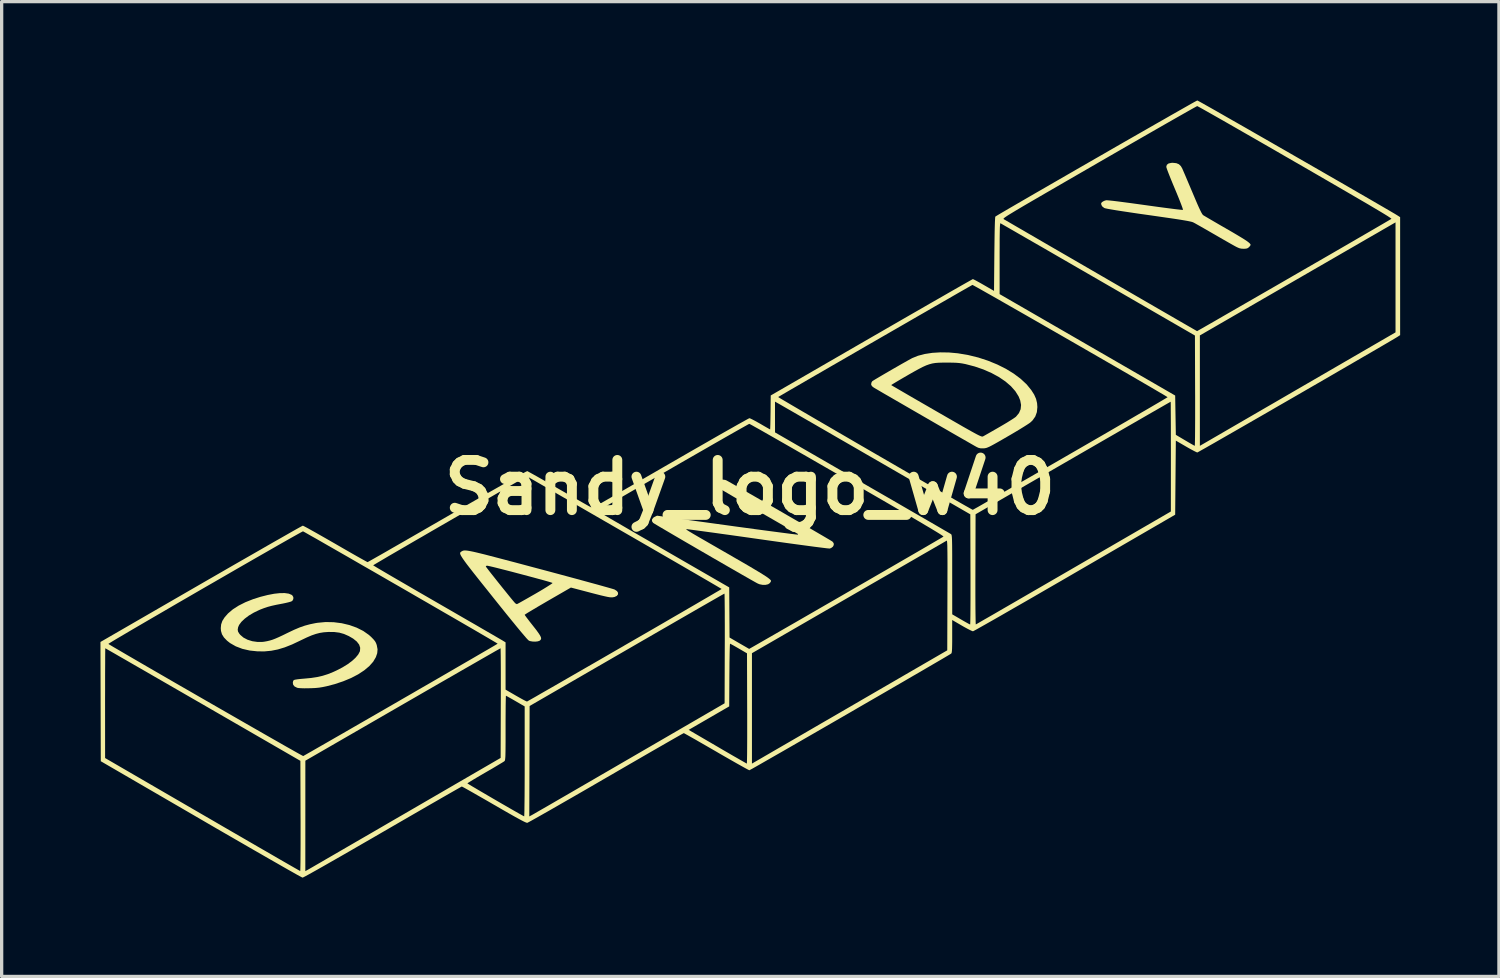
<source format=kicad_pcb>
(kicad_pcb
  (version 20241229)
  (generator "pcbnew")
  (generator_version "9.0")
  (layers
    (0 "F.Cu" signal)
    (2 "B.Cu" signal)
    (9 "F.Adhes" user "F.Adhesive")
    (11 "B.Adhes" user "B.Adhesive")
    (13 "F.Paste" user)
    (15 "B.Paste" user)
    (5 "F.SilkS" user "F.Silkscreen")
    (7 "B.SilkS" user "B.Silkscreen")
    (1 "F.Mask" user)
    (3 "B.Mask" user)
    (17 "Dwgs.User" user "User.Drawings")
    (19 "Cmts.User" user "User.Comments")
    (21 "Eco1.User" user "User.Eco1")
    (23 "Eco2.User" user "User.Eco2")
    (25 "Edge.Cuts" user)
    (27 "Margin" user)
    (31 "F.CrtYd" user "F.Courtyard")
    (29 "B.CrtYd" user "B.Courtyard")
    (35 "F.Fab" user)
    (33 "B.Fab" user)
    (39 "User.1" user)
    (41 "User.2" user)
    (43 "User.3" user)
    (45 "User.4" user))
  (footprint "Sandy_logo_w40"
    (layer "F.Cu")
    (at 19.72 11.749)
    (property "Reference" "Sandy_logo_w40" (at 0 0 0) (layer "F.SilkS") (effects (font (size 1.524 1.524) (thickness 0.3))))
    (attr board_only exclude_from_pos_files exclude_from_bom)
    (fp_poly (pts (xy 12.944 -9.845) (xy 13.023 -9.813) (xy 13.083 -9.755) (xy 13.124 -9.684) (xy 13.143 -9.64) (xy 13.176 -9.564) (xy 13.22 -9.462) (xy 13.272 -9.339) (xy 13.331 -9.2) (xy 13.395 -9.049) (xy 13.441 -8.94) (xy 13.519 -8.756) (xy 13.583 -8.606) (xy 13.636 -8.487) (xy 13.679 -8.397) (xy 13.712 -8.333) (xy 13.738 -8.291) (xy 13.757 -8.269) (xy 13.759 -8.267) (xy 13.788 -8.249) (xy 13.847 -8.214) (xy 13.932 -8.164) (xy 14.04 -8.101) (xy 14.165 -8.028) (xy 14.304 -7.947) (xy 14.453 -7.862) (xy 14.46 -7.857) (xy 14.646 -7.75) (xy 14.8 -7.659) (xy 14.924 -7.584) (xy 15.022 -7.523) (xy 15.095 -7.474) (xy 15.146 -7.435) (xy 15.179 -7.404) (xy 15.196 -7.38) (xy 15.2 -7.364) (xy 15.187 -7.337) (xy 15.155 -7.299) (xy 15.151 -7.295) (xy 15.114 -7.266) (xy 15.071 -7.251) (xy 15.006 -7.246) (xy 14.986 -7.246) (xy 14.916 -7.25) (xy 14.854 -7.264) (xy 14.785 -7.294) (xy 14.73 -7.323) (xy 14.676 -7.353) (xy 14.594 -7.399) (xy 14.489 -7.459) (xy 14.366 -7.529) (xy 14.233 -7.606) (xy 14.095 -7.686) (xy 14.07 -7.7) (xy 13.935 -7.778) (xy 13.806 -7.852) (xy 13.691 -7.918) (xy 13.593 -7.973) (xy 13.517 -8.016) (xy 13.47 -8.041) (xy 13.463 -8.045) (xy 13.439 -8.055) (xy 13.402 -8.066) (xy 13.349 -8.078) (xy 13.279 -8.092) (xy 13.188 -8.108) (xy 13.074 -8.127) (xy 12.933 -8.149) (xy 12.764 -8.174) (xy 12.562 -8.203) (xy 12.327 -8.237) (xy 12.103 -8.269) (xy 11.804 -8.311) (xy 11.542 -8.35) (xy 11.316 -8.384) (xy 11.128 -8.413) (xy 10.978 -8.438) (xy 10.866 -8.458) (xy 10.793 -8.473) (xy 10.76 -8.483) (xy 10.701 -8.526) (xy 10.671 -8.574) (xy 10.661 -8.619) (xy 10.678 -8.652) (xy 10.697 -8.668) (xy 10.75 -8.699) (xy 10.81 -8.718) (xy 10.845 -8.718) (xy 10.917 -8.712) (xy 11.024 -8.701) (xy 11.164 -8.684) (xy 11.334 -8.662) (xy 11.533 -8.636) (xy 11.758 -8.605) (xy 12.003 -8.571) (xy 12.211 -8.542) (xy 12.407 -8.515) (xy 12.587 -8.491) (xy 12.749 -8.47) (xy 12.888 -8.452) (xy 13.001 -8.439) (xy 13.084 -8.43) (xy 13.134 -8.426) (xy 13.147 -8.427) (xy 13.143 -8.448) (xy 13.126 -8.502) (xy 13.096 -8.584) (xy 13.055 -8.69) (xy 13.005 -8.815) (xy 12.948 -8.954) (xy 12.902 -9.064) (xy 12.839 -9.214) (xy 12.782 -9.353) (xy 12.732 -9.478) (xy 12.691 -9.583) (xy 12.661 -9.664) (xy 12.644 -9.717) (xy 12.64 -9.734) (xy 12.657 -9.795) (xy 12.708 -9.835) (xy 12.791 -9.854) (xy 12.837 -9.856)) (stroke (width 0) (type solid)) (fill yes) (layer "F.SilkS"))
    (fp_poly (pts (xy -14.003 3.225) (xy -13.917 3.261) (xy -13.895 3.278) (xy -13.864 3.329) (xy -13.864 3.388) (xy -13.892 3.44) (xy -13.908 3.453) (xy -13.946 3.469) (xy -14.013 3.488) (xy -14.102 3.509) (xy -14.203 3.53) (xy -14.215 3.532) (xy -14.383 3.564) (xy -14.522 3.595) (xy -14.642 3.627) (xy -14.753 3.664) (xy -14.865 3.707) (xy -14.902 3.723) (xy -15.066 3.802) (xy -15.214 3.89) (xy -15.34 3.985) (xy -15.441 4.081) (xy -15.511 4.176) (xy -15.541 4.247) (xy -15.553 4.318) (xy -15.543 4.376) (xy -15.507 4.437) (xy -15.473 4.478) (xy -15.378 4.559) (xy -15.254 4.624) (xy -15.11 4.669) (xy -14.955 4.691) (xy -14.797 4.69) (xy -14.75 4.684) (xy -14.664 4.669) (xy -14.584 4.65) (xy -14.503 4.626) (xy -14.414 4.592) (xy -14.31 4.547) (xy -14.184 4.488) (xy -14.033 4.414) (xy -13.842 4.323) (xy -13.672 4.251) (xy -13.514 4.196) (xy -13.357 4.154) (xy -13.192 4.12) (xy -13.13 4.11) (xy -12.886 4.087) (xy -12.639 4.092) (xy -12.395 4.123) (xy -12.16 4.179) (xy -11.94 4.258) (xy -11.741 4.358) (xy -11.57 4.478) (xy -11.501 4.54) (xy -11.432 4.611) (xy -11.385 4.668) (xy -11.355 4.721) (xy -11.333 4.781) (xy -11.33 4.792) (xy -11.307 4.916) (xy -11.317 5.033) (xy -11.358 5.153) (xy -11.44 5.292) (xy -11.559 5.426) (xy -11.712 5.554) (xy -11.896 5.675) (xy -12.109 5.786) (xy -12.347 5.885) (xy -12.607 5.972) (xy -12.852 6.036) (xy -12.972 6.061) (xy -13.082 6.079) (xy -13.197 6.09) (xy -13.331 6.096) (xy -13.39 6.097) (xy -13.525 6.099) (xy -13.634 6.096) (xy -13.712 6.09) (xy -13.75 6.082) (xy -13.827 6.043) (xy -13.868 5.993) (xy -13.88 5.932) (xy -13.868 5.871) (xy -13.842 5.846) (xy -13.809 5.837) (xy -13.744 5.826) (xy -13.657 5.816) (xy -13.556 5.807) (xy -13.532 5.805) (xy -13.322 5.785) (xy -13.14 5.757) (xy -12.974 5.719) (xy -12.813 5.668) (xy -12.645 5.6) (xy -12.544 5.553) (xy -12.372 5.464) (xy -12.216 5.368) (xy -12.081 5.268) (xy -11.972 5.167) (xy -11.892 5.07) (xy -11.845 4.98) (xy -11.841 4.967) (xy -11.834 4.868) (xy -11.866 4.772) (xy -11.938 4.679) (xy -12.048 4.59) (xy -12.181 4.513) (xy -12.326 4.449) (xy -12.468 4.409) (xy -12.62 4.39) (xy -12.794 4.388) (xy -12.81 4.389) (xy -12.938 4.398) (xy -13.059 4.417) (xy -13.18 4.448) (xy -13.308 4.492) (xy -13.453 4.554) (xy -13.621 4.634) (xy -13.66 4.653) (xy -13.903 4.768) (xy -14.125 4.856) (xy -14.333 4.919) (xy -14.535 4.959) (xy -14.738 4.978) (xy -14.949 4.977) (xy -14.95 4.977) (xy -15.189 4.952) (xy -15.411 4.901) (xy -15.611 4.825) (xy -15.784 4.726) (xy -15.878 4.652) (xy -15.972 4.554) (xy -16.031 4.458) (xy -16.061 4.355) (xy -16.067 4.272) (xy -16.056 4.16) (xy -16.02 4.054) (xy -15.954 3.949) (xy -15.856 3.836) (xy -15.841 3.821) (xy -15.701 3.702) (xy -15.525 3.589) (xy -15.319 3.485) (xy -15.087 3.393) (xy -14.864 3.322) (xy -14.643 3.266) (xy -14.445 3.228) (xy -14.27 3.209) (xy -14.122 3.208)) (stroke (width 0) (type solid)) (fill yes) (layer "F.SilkS"))
    (fp_poly (pts (xy -8.607 1.916) (xy -8.556 1.923) (xy -8.492 1.934) (xy -8.412 1.95) (xy -8.315 1.972) (xy -8.199 2) (xy -8.06 2.034) (xy -7.898 2.076) (xy -7.71 2.125) (xy -7.493 2.182) (xy -7.246 2.247) (xy -6.966 2.321) (xy -6.652 2.405) (xy -6.37 2.48) (xy -6.081 2.557) (xy -5.802 2.632) (xy -5.535 2.704) (xy -5.283 2.772) (xy -5.049 2.836) (xy -4.834 2.895) (xy -4.642 2.947) (xy -4.475 2.994) (xy -4.336 3.033) (xy -4.227 3.064) (xy -4.151 3.086) (xy -4.11 3.1) (xy -4.106 3.102) (xy -4.037 3.148) (xy -4.005 3.199) (xy -4.008 3.25) (xy -4.044 3.294) (xy -4.112 3.326) (xy -4.174 3.337) (xy -4.211 3.338) (xy -4.26 3.334) (xy -4.326 3.323) (xy -4.412 3.304) (xy -4.524 3.278) (xy -4.665 3.242) (xy -4.84 3.197) (xy -4.853 3.193) (xy -5.436 3.04) (xy -6.138 3.445) (xy -6.29 3.534) (xy -6.431 3.616) (xy -6.557 3.691) (xy -6.664 3.755) (xy -6.749 3.806) (xy -6.808 3.844) (xy -6.837 3.864) (xy -6.84 3.867) (xy -6.828 3.887) (xy -6.795 3.933) (xy -6.744 4) (xy -6.68 4.084) (xy -6.605 4.179) (xy -6.59 4.198) (xy -6.495 4.319) (xy -6.425 4.415) (xy -6.377 4.488) (xy -6.349 4.543) (xy -6.34 4.584) (xy -6.348 4.616) (xy -6.371 4.642) (xy -6.384 4.653) (xy -6.439 4.673) (xy -6.517 4.682) (xy -6.602 4.679) (xy -6.679 4.665) (xy -6.712 4.652) (xy -6.738 4.629) (xy -6.789 4.575) (xy -6.863 4.489) (xy -6.962 4.372) (xy -7.086 4.222) (xy -7.234 4.041) (xy -7.406 3.829) (xy -7.602 3.585) (xy -7.787 3.354) (xy -7.975 3.118) (xy -8.14 2.912) (xy -8.283 2.732) (xy -8.405 2.578) (xy -8.507 2.447) (xy -8.544 2.399) (xy -8.02 2.399) (xy -8.008 2.418) (xy -7.974 2.463) (xy -7.922 2.531) (xy -7.855 2.617) (xy -7.776 2.716) (xy -7.69 2.825) (xy -7.599 2.939) (xy -7.507 3.054) (xy -7.417 3.165) (xy -7.334 3.268) (xy -7.26 3.359) (xy -7.198 3.434) (xy -7.153 3.487) (xy -7.128 3.515) (xy -7.125 3.518) (xy -7.091 3.538) (xy -7.076 3.543) (xy -7.055 3.533) (xy -7.004 3.506) (xy -6.927 3.463) (xy -6.828 3.407) (xy -6.712 3.341) (xy -6.583 3.267) (xy -6.518 3.23) (xy -6.386 3.153) (xy -6.266 3.081) (xy -6.164 3.018) (xy -6.082 2.966) (xy -6.024 2.928) (xy -5.996 2.905) (xy -5.994 2.901) (xy -6.017 2.892) (xy -6.075 2.873) (xy -6.162 2.848) (xy -6.274 2.816) (xy -6.408 2.78) (xy -6.557 2.739) (xy -6.718 2.696) (xy -6.887 2.651) (xy -7.058 2.606) (xy -7.227 2.561) (xy -7.39 2.519) (xy -7.543 2.48) (xy -7.68 2.445) (xy -7.798 2.416) (xy -7.892 2.394) (xy -7.957 2.38) (xy -7.989 2.375) (xy -7.991 2.375) (xy -8.017 2.392) (xy -8.02 2.399) (xy -8.544 2.399) (xy -8.592 2.337) (xy -8.66 2.245) (xy -8.712 2.171) (xy -8.751 2.112) (xy -8.778 2.066) (xy -8.794 2.03) (xy -8.8 2.004) (xy -8.798 1.984) (xy -8.79 1.969) (xy -8.776 1.957) (xy -8.76 1.946) (xy -8.742 1.935) (xy -8.724 1.926) (xy -8.704 1.919) (xy -8.679 1.915) (xy -8.648 1.914)) (stroke (width 0) (type solid)) (fill yes) (layer "F.SilkS"))
    (fp_poly (pts (xy -0.76 -0.229) (xy -0.726 -0.219) (xy -0.701 -0.206) (xy -0.645 -0.175) (xy -0.56 -0.127) (xy -0.449 -0.064) (xy -0.316 0.012) (xy -0.163 0.099) (xy 0.006 0.196) (xy 0.189 0.301) (xy 0.382 0.412) (xy 0.583 0.527) (xy 0.788 0.645) (xy 0.995 0.764) (xy 1.2 0.883) (xy 1.401 0.999) (xy 1.593 1.11) (xy 1.776 1.216) (xy 1.945 1.314) (xy 2.097 1.403) (xy 2.229 1.48) (xy 2.339 1.545) (xy 2.423 1.594) (xy 2.478 1.628) (xy 2.502 1.642) (xy 2.541 1.691) (xy 2.545 1.746) (xy 2.519 1.798) (xy 2.465 1.84) (xy 2.422 1.855) (xy 2.396 1.854) (xy 2.333 1.848) (xy 2.236 1.836) (xy 2.107 1.82) (xy 1.949 1.8) (xy 1.764 1.775) (xy 1.556 1.747) (xy 1.326 1.716) (xy 1.078 1.682) (xy 0.814 1.645) (xy 0.536 1.606) (xy 0.247 1.565) (xy 0.226 1.562) (xy -0.063 1.521) (xy -0.34 1.482) (xy -0.603 1.445) (xy -0.85 1.411) (xy -1.078 1.379) (xy -1.285 1.351) (xy -1.468 1.326) (xy -1.624 1.305) (xy -1.751 1.288) (xy -1.846 1.276) (xy -1.907 1.268) (xy -1.932 1.266) (xy -1.932 1.266) (xy -1.934 1.27) (xy -1.933 1.275) (xy -1.925 1.282) (xy -1.91 1.294) (xy -1.884 1.312) (xy -1.845 1.336) (xy -1.791 1.368) (xy -1.72 1.411) (xy -1.629 1.464) (xy -1.516 1.53) (xy -1.378 1.609) (xy -1.214 1.704) (xy -1.021 1.815) (xy -0.797 1.944) (xy -0.68 2.011) (xy -0.428 2.157) (xy -0.209 2.283) (xy -0.02 2.393) (xy 0.139 2.488) (xy 0.273 2.568) (xy 0.382 2.635) (xy 0.468 2.69) (xy 0.535 2.735) (xy 0.583 2.772) (xy 0.615 2.8) (xy 0.633 2.822) (xy 0.64 2.838) (xy 0.64 2.84) (xy 0.629 2.867) (xy 0.603 2.904) (xy 0.551 2.94) (xy 0.474 2.958) (xy 0.383 2.958) (xy 0.291 2.94) (xy 0.237 2.918) (xy 0.199 2.898) (xy 0.131 2.86) (xy 0.035 2.806) (xy -0.084 2.738) (xy -0.225 2.658) (xy -0.384 2.566) (xy -0.558 2.466) (xy -0.744 2.359) (xy -0.939 2.246) (xy -1.141 2.13) (xy -1.345 2.011) (xy -1.55 1.893) (xy -1.751 1.775) (xy -1.947 1.662) (xy -2.133 1.553) (xy -2.308 1.451) (xy -2.468 1.357) (xy -2.609 1.274) (xy -2.73 1.203) (xy -2.826 1.146) (xy -2.896 1.104) (xy -2.935 1.079) (xy -2.942 1.074) (xy -2.976 1.022) (xy -2.972 0.968) (xy -2.934 0.918) (xy -2.895 0.894) (xy -2.821 0.858) (xy -0.689 1.151) (xy -0.401 1.191) (xy -0.125 1.228) (xy 0.137 1.264) (xy 0.383 1.297) (xy 0.61 1.327) (xy 0.816 1.354) (xy 0.998 1.378) (xy 1.153 1.398) (xy 1.278 1.414) (xy 1.372 1.425) (xy 1.432 1.432) (xy 1.455 1.433) (xy 1.455 1.433) (xy 1.459 1.415) (xy 1.458 1.414) (xy 1.44 1.403) (xy 1.39 1.374) (xy 1.311 1.328) (xy 1.205 1.266) (xy 1.076 1.192) (xy 0.927 1.106) (xy 0.759 1.009) (xy 0.577 0.904) (xy 0.382 0.792) (xy 0.24 0.71) (xy 0.037 0.593) (xy -0.156 0.481) (xy -0.338 0.376) (xy -0.504 0.279) (xy -0.651 0.192) (xy -0.778 0.118) (xy -0.881 0.056) (xy -0.957 0.011) (xy -1.002 -0.018) (xy -1.015 -0.027) (xy -1.05 -0.077) (xy -1.06 -0.121) (xy -1.042 -0.17) (xy -0.994 -0.208) (xy -0.925 -0.232) (xy -0.844 -0.24)) (stroke (width 0) (type solid)) (fill yes) (layer "F.SilkS"))
    (fp_poly (pts (xy 6.041 -4.097) (xy 6.306 -4.073) (xy 6.314 -4.072) (xy 6.627 -4.019) (xy 6.933 -3.944) (xy 7.228 -3.847) (xy 7.509 -3.732) (xy 7.771 -3.601) (xy 8.009 -3.455) (xy 8.22 -3.297) (xy 8.4 -3.129) (xy 8.541 -2.956) (xy 8.629 -2.818) (xy 8.686 -2.689) (xy 8.717 -2.56) (xy 8.726 -2.44) (xy 8.711 -2.286) (xy 8.662 -2.151) (xy 8.578 -2.033) (xy 8.52 -1.978) (xy 8.48 -1.948) (xy 8.41 -1.902) (xy 8.314 -1.841) (xy 8.199 -1.77) (xy 8.068 -1.691) (xy 7.926 -1.607) (xy 7.817 -1.544) (xy 7.655 -1.45) (xy 7.524 -1.375) (xy 7.419 -1.316) (xy 7.336 -1.271) (xy 7.272 -1.238) (xy 7.222 -1.216) (xy 7.182 -1.201) (xy 7.148 -1.193) (xy 7.116 -1.188) (xy 7.09 -1.187) (xy 7.004 -1.187) (xy 6.938 -1.202) (xy 6.89 -1.224) (xy 6.855 -1.243) (xy 6.788 -1.281) (xy 6.694 -1.335) (xy 6.576 -1.403) (xy 6.436 -1.483) (xy 6.277 -1.574) (xy 6.103 -1.674) (xy 5.917 -1.782) (xy 5.722 -1.894) (xy 5.52 -2.011) (xy 5.316 -2.129) (xy 5.112 -2.247) (xy 4.911 -2.363) (xy 4.716 -2.476) (xy 4.531 -2.583) (xy 4.358 -2.683) (xy 4.201 -2.774) (xy 4.062 -2.854) (xy 3.946 -2.922) (xy 3.854 -2.976) (xy 3.79 -3.013) (xy 3.757 -3.033) (xy 3.755 -3.034) (xy 3.704 -3.075) (xy 3.687 -3.107) (xy 4.289 -3.107) (xy 4.307 -3.096) (xy 4.357 -3.066) (xy 4.437 -3.02) (xy 4.543 -2.958) (xy 4.674 -2.882) (xy 4.825 -2.794) (xy 4.996 -2.695) (xy 5.183 -2.587) (xy 5.384 -2.471) (xy 5.595 -2.349) (xy 5.661 -2.311) (xy 5.911 -2.167) (xy 6.128 -2.042) (xy 6.316 -1.934) (xy 6.475 -1.842) (xy 6.61 -1.766) (xy 6.722 -1.703) (xy 6.813 -1.653) (xy 6.885 -1.614) (xy 6.942 -1.585) (xy 6.986 -1.565) (xy 7.018 -1.552) (xy 7.041 -1.546) (xy 7.057 -1.544) (xy 7.07 -1.547) (xy 7.078 -1.55) (xy 7.11 -1.568) (xy 7.17 -1.602) (xy 7.255 -1.65) (xy 7.358 -1.709) (xy 7.474 -1.776) (xy 7.57 -1.831) (xy 7.695 -1.904) (xy 7.811 -1.973) (xy 7.913 -2.037) (xy 7.996 -2.09) (xy 8.054 -2.13) (xy 8.077 -2.148) (xy 8.167 -2.257) (xy 8.218 -2.375) (xy 8.231 -2.504) (xy 8.205 -2.643) (xy 8.156 -2.764) (xy 8.057 -2.922) (xy 7.923 -3.074) (xy 7.755 -3.218) (xy 7.558 -3.352) (xy 7.335 -3.473) (xy 7.089 -3.581) (xy 6.824 -3.672) (xy 6.543 -3.745) (xy 6.533 -3.747) (xy 6.446 -3.764) (xy 6.362 -3.776) (xy 6.272 -3.784) (xy 6.166 -3.788) (xy 6.035 -3.79) (xy 5.97 -3.79) (xy 5.837 -3.789) (xy 5.724 -3.786) (xy 5.625 -3.778) (xy 5.534 -3.763) (xy 5.445 -3.739) (xy 5.352 -3.706) (xy 5.25 -3.66) (xy 5.132 -3.599) (xy 4.993 -3.523) (xy 4.827 -3.429) (xy 4.781 -3.402) (xy 4.653 -3.328) (xy 4.539 -3.261) (xy 4.441 -3.203) (xy 4.363 -3.156) (xy 4.312 -3.124) (xy 4.289 -3.108) (xy 4.289 -3.107) (xy 3.687 -3.107) (xy 3.682 -3.115) (xy 3.68 -3.14) (xy 3.692 -3.192) (xy 3.715 -3.226) (xy 3.741 -3.243) (xy 3.796 -3.277) (xy 3.877 -3.325) (xy 3.977 -3.384) (xy 4.091 -3.451) (xy 4.215 -3.523) (xy 4.344 -3.598) (xy 4.472 -3.671) (xy 4.595 -3.742) (xy 4.707 -3.805) (xy 4.803 -3.859) (xy 4.879 -3.901) (xy 4.929 -3.928) (xy 4.93 -3.928) (xy 5.103 -3.998) (xy 5.307 -4.051) (xy 5.535 -4.086) (xy 5.782 -4.101)) (stroke (width 0) (type solid)) (fill yes) (layer "F.SilkS"))
    (fp_poly (pts (xy 13.602 -11.739) (xy 13.654 -11.711) (xy 13.737 -11.665) (xy 13.848 -11.602) (xy 13.985 -11.525) (xy 14.146 -11.434) (xy 14.328 -11.33) (xy 14.53 -11.214) (xy 14.75 -11.089) (xy 14.985 -10.955) (xy 15.233 -10.813) (xy 15.492 -10.664) (xy 15.76 -10.511) (xy 16.034 -10.353) (xy 16.314 -10.193) (xy 16.595 -10.031) (xy 16.877 -9.869) (xy 17.157 -9.708) (xy 17.433 -9.549) (xy 17.702 -9.394) (xy 17.964 -9.244) (xy 18.214 -9.099) (xy 18.452 -8.961) (xy 18.676 -8.832) (xy 18.882 -8.713) (xy 19.069 -8.604) (xy 19.235 -8.508) (xy 19.378 -8.424) (xy 19.495 -8.356) (xy 19.585 -8.303) (xy 19.644 -8.267) (xy 19.665 -8.254) (xy 19.74 -8.206) (xy 19.74 -4.624) (xy 19.665 -4.575) (xy 19.629 -4.553) (xy 19.561 -4.512) (xy 19.464 -4.455) (xy 19.34 -4.382) (xy 19.191 -4.295) (xy 19.02 -4.195) (xy 18.827 -4.083) (xy 18.616 -3.961) (xy 18.389 -3.829) (xy 18.148 -3.689) (xy 17.894 -3.542) (xy 17.631 -3.389) (xy 17.36 -3.232) (xy 17.083 -3.072) (xy 16.803 -2.91) (xy 16.521 -2.747) (xy 16.24 -2.585) (xy 15.962 -2.425) (xy 15.69 -2.267) (xy 15.424 -2.114) (xy 15.168 -1.967) (xy 14.923 -1.826) (xy 14.692 -1.693) (xy 14.477 -1.57) (xy 14.28 -1.457) (xy 14.103 -1.355) (xy 13.948 -1.267) (xy 13.817 -1.192) (xy 13.713 -1.134) (xy 13.638 -1.091) (xy 13.593 -1.067) (xy 13.581 -1.061) (xy 13.555 -1.071) (xy 13.5 -1.098) (xy 13.422 -1.139) (xy 13.329 -1.19) (xy 13.24 -1.241) (xy 12.93 -1.421) (xy 12.92 -0.296) (xy 12.91 0.828) (xy 9.86 2.597) (xy 9.537 2.785) (xy 9.224 2.966) (xy 8.921 3.141) (xy 8.631 3.309) (xy 8.355 3.468) (xy 8.095 3.617) (xy 7.853 3.756) (xy 7.631 3.884) (xy 7.43 3.999) (xy 7.252 4.1) (xy 7.1 4.186) (xy 6.974 4.257) (xy 6.877 4.312) (xy 6.81 4.348) (xy 6.775 4.366) (xy 6.77 4.368) (xy 6.74 4.358) (xy 6.682 4.331) (xy 6.604 4.291) (xy 6.51 4.24) (xy 6.435 4.197) (xy 6.14 4.025) (xy 6.14 4.522) (xy 6.14 4.68) (xy 6.138 4.803) (xy 6.136 4.894) (xy 6.132 4.96) (xy 6.127 5.003) (xy 6.12 5.03) (xy 6.111 5.043) (xy 6.11 5.044) (xy 6.087 5.059) (xy 6.032 5.092) (xy 5.946 5.143) (xy 5.833 5.21) (xy 5.694 5.291) (xy 5.531 5.386) (xy 5.346 5.494) (xy 5.143 5.613) (xy 4.921 5.741) (xy 4.685 5.879) (xy 4.436 6.023) (xy 4.176 6.174) (xy 3.907 6.33) (xy 3.631 6.489) (xy 3.351 6.651) (xy 3.069 6.815) (xy 2.787 6.978) (xy 2.506 7.14) (xy 2.23 7.299) (xy 1.96 7.455) (xy 1.698 7.606) (xy 1.447 7.751) (xy 1.209 7.888) (xy 0.985 8.017) (xy 0.778 8.135) (xy 0.59 8.243) (xy 0.424 8.338) (xy 0.281 8.42) (xy 0.163 8.487) (xy 0.073 8.538) (xy 0.012 8.571) (xy -0.016 8.586) (xy -0.018 8.587) (xy -0.041 8.577) (xy -0.095 8.549) (xy -0.177 8.504) (xy -0.284 8.444) (xy -0.39 8.385) (xy 0.06 8.385) (xy 0.395 8.191) (xy 0.451 8.158) (xy 0.54 8.107) (xy 0.658 8.038) (xy 0.805 7.953) (xy 0.977 7.853) (xy 1.173 7.74) (xy 1.39 7.614) (xy 1.627 7.477) (xy 1.88 7.33) (xy 2.148 7.174) (xy 2.429 7.012) (xy 2.72 6.843) (xy 3.018 6.67) (xy 3.323 6.493) (xy 3.36 6.471) (xy 5.99 4.946) (xy 5.995 3.273) (xy 5.996 2.969) (xy 5.996 2.704) (xy 5.997 2.474) (xy 5.997 2.277) (xy 5.996 2.111) (xy 5.995 1.973) (xy 5.993 1.862) (xy 5.992 1.775) (xy 5.989 1.709) (xy 5.986 1.662) (xy 5.982 1.633) (xy 5.978 1.618) (xy 5.973 1.615) (xy 5.973 1.615) (xy 5.953 1.627) (xy 5.9 1.657) (xy 5.817 1.706) (xy 5.704 1.771) (xy 5.563 1.853) (xy 5.397 1.949) (xy 5.207 2.058) (xy 4.995 2.181) (xy 4.763 2.315) (xy 4.512 2.46) (xy 4.245 2.615) (xy 3.962 2.778) (xy 3.667 2.948) (xy 3.361 3.125) (xy 3.045 3.308) (xy 3.003 3.332) (xy 0.06 5.033) (xy 0.06 8.385) (xy -0.39 8.385) (xy -0.413 8.372) (xy -0.56 8.288) (xy -0.723 8.195) (xy -0.897 8.095) (xy -1.02 8.023) (xy -1.2 7.919) (xy -1.37 7.821) (xy -1.527 7.731) (xy -1.667 7.65) (xy -1.788 7.582) (xy -1.885 7.527) (xy -1.957 7.487) (xy -1.999 7.464) (xy -2.01 7.46) (xy -2.029 7.47) (xy -2.081 7.498) (xy -2.164 7.545) (xy -2.275 7.608) (xy -2.413 7.687) (xy -2.575 7.78) (xy -2.759 7.886) (xy -2.965 8.004) (xy -3.188 8.133) (xy -3.428 8.272) (xy -3.683 8.419) (xy -3.95 8.574) (xy -4.227 8.735) (xy -4.37 8.817) (xy -4.652 8.981) (xy -4.926 9.14) (xy -5.188 9.291) (xy -5.438 9.435) (xy -5.672 9.569) (xy -5.889 9.694) (xy -6.086 9.807) (xy -6.263 9.907) (xy -6.416 9.994) (xy -6.544 10.066) (xy -6.644 10.122) (xy -6.715 10.16) (xy -6.754 10.181) (xy -6.761 10.183) (xy -6.782 10.18) (xy -6.819 10.166) (xy -6.876 10.139) (xy -6.955 10.098) (xy -7.056 10.043) (xy -7.154 9.989) (xy -6.7 9.989) (xy -6.625 9.949) (xy -6.6 9.935) (xy -6.542 9.902) (xy -6.453 9.85) (xy -6.335 9.782) (xy -6.19 9.699) (xy -6.019 9.6) (xy -5.826 9.488) (xy -5.61 9.363) (xy -5.375 9.227) (xy -5.122 9.08) (xy -4.852 8.924) (xy -4.569 8.759) (xy -4.273 8.588) (xy -3.967 8.41) (xy -3.66 8.232) (xy -2.16 7.361) (xy -1.861 7.361) (xy -0.985 7.872) (xy -0.815 7.972) (xy -0.654 8.065) (xy -0.508 8.15) (xy -0.378 8.224) (xy -0.269 8.287) (xy -0.183 8.336) (xy -0.125 8.369) (xy -0.097 8.384) (xy -0.095 8.385) (xy -0.093 8.365) (xy -0.091 8.309) (xy -0.089 8.219) (xy -0.087 8.097) (xy -0.086 7.947) (xy -0.085 7.771) (xy -0.084 7.573) (xy -0.084 7.356) (xy -0.084 7.121) (xy -0.084 6.874) (xy -0.085 6.712) (xy -0.09 5.037) (xy -0.34 4.891) (xy -0.43 4.839) (xy -0.507 4.795) (xy -0.566 4.763) (xy -0.6 4.746) (xy -0.605 4.744) (xy -0.608 4.764) (xy -0.611 4.819) (xy -0.614 4.907) (xy -0.617 5.023) (xy -0.619 5.163) (xy -0.622 5.324) (xy -0.623 5.502) (xy -0.625 5.693) (xy -0.625 5.696) (xy -0.63 6.648) (xy -1.861 7.361) (xy -2.16 7.361) (xy -0.77 6.554) (xy -0.765 4.888) (xy -0.764 4.634) (xy -0.764 4.392) (xy -0.764 4.164) (xy -0.765 3.954) (xy -0.765 3.765) (xy -0.767 3.599) (xy -0.768 3.46) (xy -0.77 3.35) (xy -0.771 3.273) (xy -0.774 3.231) (xy -0.775 3.224) (xy -0.794 3.234) (xy -0.845 3.262) (xy -0.928 3.309) (xy -1.039 3.373) (xy -1.179 3.453) (xy -1.344 3.548) (xy -1.533 3.656) (xy -1.744 3.778) (xy -1.975 3.911) (xy -2.225 4.055) (xy -2.491 4.209) (xy -2.773 4.371) (xy -3.068 4.542) (xy -3.374 4.718) (xy -3.689 4.901) (xy -3.74 4.93) (xy -6.69 6.636) (xy -6.695 8.312) (xy -6.7 9.989) (xy -7.154 9.989) (xy -7.184 9.972) (xy -7.339 9.884) (xy -7.524 9.778) (xy -7.741 9.652) (xy -7.77 9.636) (xy -7.949 9.532) (xy -8.118 9.435) (xy -8.274 9.346) (xy -8.413 9.266) (xy -8.532 9.199) (xy -8.628 9.145) (xy -8.699 9.106) (xy -8.74 9.085) (xy -8.749 9.081) (xy -8.768 9.091) (xy -8.82 9.12) (xy -8.903 9.167) (xy -9.014 9.23) (xy -9.152 9.309) (xy -9.315 9.402) (xy -9.5 9.509) (xy -9.706 9.627) (xy -9.93 9.757) (xy -10.171 9.896) (xy -10.427 10.044) (xy -10.695 10.199) (xy -10.974 10.361) (xy -11.154 10.465) (xy -11.469 10.648) (xy -11.768 10.82) (xy -12.049 10.983) (xy -12.313 11.135) (xy -12.556 11.274) (xy -12.777 11.4) (xy -12.975 11.513) (xy -13.148 11.611) (xy -13.295 11.693) (xy -13.413 11.759) (xy -13.502 11.807) (xy -13.56 11.837) (xy -13.584 11.847) (xy -13.584 11.847) (xy -13.606 11.837) (xy -13.661 11.808) (xy -13.747 11.761) (xy -13.862 11.696) (xy -13.943 11.65) (xy -13.5 11.65) (xy -13.445 11.62) (xy -13.422 11.607) (xy -13.366 11.575) (xy -13.279 11.525) (xy -13.164 11.458) (xy -13.02 11.375) (xy -12.852 11.277) (xy -12.66 11.166) (xy -12.446 11.042) (xy -12.212 10.906) (xy -11.96 10.76) (xy -11.692 10.605) (xy -11.409 10.441) (xy -11.113 10.269) (xy -10.807 10.091) (xy -10.492 9.909) (xy -10.48 9.902) (xy -8.901 8.985) (xy -8.579 8.985) (xy -8.562 8.997) (xy -8.515 9.026) (xy -8.441 9.071) (xy -8.344 9.128) (xy -8.228 9.197) (xy -8.098 9.273) (xy -7.958 9.355) (xy -7.811 9.441) (xy -7.661 9.528) (xy -7.513 9.614) (xy -7.37 9.696) (xy -7.237 9.773) (xy -7.118 9.841) (xy -7.016 9.899) (xy -6.935 9.944) (xy -6.881 9.974) (xy -6.856 9.987) (xy -6.855 9.987) (xy -6.853 9.967) (xy -6.851 9.911) (xy -6.848 9.82) (xy -6.847 9.698) (xy -6.845 9.548) (xy -6.843 9.373) (xy -6.842 9.175) (xy -6.841 8.957) (xy -6.84 8.723) (xy -6.84 8.476) (xy -6.84 8.319) (xy -6.84 6.649) (xy -7.119 6.487) (xy -7.214 6.432) (xy -7.296 6.386) (xy -7.36 6.35) (xy -7.399 6.329) (xy -7.409 6.325) (xy -7.411 6.344) (xy -7.413 6.4) (xy -7.415 6.488) (xy -7.417 6.604) (xy -7.418 6.745) (xy -7.419 6.908) (xy -7.42 7.087) (xy -7.42 7.279) (xy -7.42 7.303) (xy -7.42 7.527) (xy -7.42 7.714) (xy -7.421 7.868) (xy -7.422 7.992) (xy -7.424 8.09) (xy -7.426 8.164) (xy -7.43 8.219) (xy -7.434 8.258) (xy -7.439 8.284) (xy -7.446 8.3) (xy -7.454 8.31) (xy -7.455 8.311) (xy -7.481 8.329) (xy -7.536 8.363) (xy -7.618 8.412) (xy -7.72 8.473) (xy -7.839 8.544) (xy -7.971 8.62) (xy -8.035 8.657) (xy -8.169 8.735) (xy -8.29 8.806) (xy -8.396 8.869) (xy -8.481 8.921) (xy -8.542 8.959) (xy -8.575 8.981) (xy -8.579 8.985) (xy -8.901 8.985) (xy -7.57 8.213) (xy -7.565 6.548) (xy -7.564 6.294) (xy -7.564 6.052) (xy -7.564 5.824) (xy -7.564 5.614) (xy -7.565 5.425) (xy -7.566 5.259) (xy -7.567 5.12) (xy -7.569 5.01) (xy -7.57 4.933) (xy -7.572 4.891) (xy -7.573 4.884) (xy -7.592 4.894) (xy -7.643 4.923) (xy -7.726 4.969) (xy -7.837 5.033) (xy -7.977 5.113) (xy -8.141 5.207) (xy -8.33 5.316) (xy -8.541 5.437) (xy -8.773 5.57) (xy -9.022 5.714) (xy -9.289 5.867) (xy -9.571 6.029) (xy -9.866 6.199) (xy -10.172 6.376) (xy -10.488 6.558) (xy -10.543 6.59) (xy -13.499 8.297) (xy -13.5 11.65) (xy -13.943 11.65) (xy -14.004 11.616) (xy -14.172 11.52) (xy -14.364 11.41) (xy -14.578 11.288) (xy -14.812 11.153) (xy -15.065 11.008) (xy -15.335 10.852) (xy -15.619 10.688) (xy -15.917 10.516) (xy -16.227 10.337) (xy -16.545 10.152) (xy -16.67 10.079) (xy -19.71 8.313) (xy -19.715 6.503) (xy -19.715 6.396) (xy -19.58 6.396) (xy -19.58 6.55) (xy -19.579 8.216) (xy -16.625 9.931) (xy -16.307 10.115) (xy -16 10.294) (xy -15.703 10.466) (xy -15.419 10.63) (xy -15.15 10.786) (xy -14.897 10.933) (xy -14.662 11.068) (xy -14.448 11.192) (xy -14.255 11.304) (xy -14.086 11.401) (xy -13.942 11.484) (xy -13.825 11.551) (xy -13.737 11.601) (xy -13.68 11.634) (xy -13.656 11.647) (xy -13.655 11.648) (xy -13.653 11.628) (xy -13.651 11.572) (xy -13.649 11.481) (xy -13.647 11.36) (xy -13.646 11.209) (xy -13.645 11.034) (xy -13.644 10.836) (xy -13.644 10.618) (xy -13.644 10.384) (xy -13.644 10.136) (xy -13.645 9.975) (xy -13.65 8.301) (xy -16.607 6.592) (xy -16.925 6.409) (xy -17.233 6.231) (xy -17.53 6.06) (xy -17.814 5.896) (xy -18.083 5.741) (xy -18.335 5.595) (xy -18.57 5.46) (xy -18.784 5.337) (xy -18.976 5.226) (xy -19.145 5.129) (xy -19.288 5.046) (xy -19.404 4.98) (xy -19.492 4.93) (xy -19.548 4.897) (xy -19.572 4.884) (xy -19.572 4.884) (xy -19.574 4.903) (xy -19.575 4.96) (xy -19.576 5.051) (xy -19.577 5.173) (xy -19.577 5.323) (xy -19.578 5.499) (xy -19.579 5.697) (xy -19.579 5.914) (xy -19.579 6.148) (xy -19.58 6.396) (xy -19.715 6.396) (xy -19.72 4.751) (xy -19.48 4.751) (xy -19.459 4.765) (xy -19.406 4.797) (xy -19.323 4.847) (xy -19.211 4.912) (xy -19.074 4.992) (xy -18.914 5.086) (xy -18.731 5.192) (xy -18.53 5.309) (xy -18.311 5.436) (xy -18.078 5.571) (xy -17.832 5.713) (xy -17.575 5.862) (xy -17.31 6.015) (xy -17.038 6.171) (xy -16.763 6.33) (xy -16.485 6.49) (xy -16.208 6.649) (xy -15.933 6.807) (xy -15.663 6.962) (xy -15.4 7.113) (xy -15.146 7.259) (xy -14.903 7.398) (xy -14.673 7.53) (xy -14.459 7.652) (xy -14.262 7.764) (xy -14.086 7.865) (xy -13.931 7.952) (xy -13.801 8.026) (xy -13.697 8.084) (xy -13.621 8.126) (xy -13.576 8.15) (xy -13.564 8.156) (xy -13.545 8.145) (xy -13.492 8.115) (xy -13.408 8.067) (xy -13.295 8.003) (xy -13.155 7.922) (xy -12.989 7.827) (xy -12.799 7.718) (xy -12.587 7.596) (xy -12.355 7.463) (xy -12.104 7.318) (xy -11.837 7.164) (xy -11.555 7.002) (xy -11.26 6.832) (xy -10.954 6.655) (xy -10.638 6.473) (xy -10.6 6.45) (xy -10.283 6.268) (xy -9.977 6.09) (xy -9.681 5.92) (xy -9.398 5.756) (xy -9.131 5.601) (xy -8.88 5.455) (xy -8.647 5.32) (xy -8.434 5.197) (xy -8.244 5.086) (xy -8.077 4.989) (xy -7.935 4.907) (xy -7.821 4.84) (xy -7.736 4.79) (xy -7.682 4.757) (xy -7.661 4.744) (xy -7.661 4.744) (xy -7.678 4.733) (xy -7.727 4.703) (xy -7.807 4.656) (xy -7.915 4.592) (xy -8.049 4.514) (xy -8.207 4.422) (xy -8.386 4.317) (xy -8.585 4.202) (xy -8.802 4.076) (xy -9.033 3.942) (xy -9.278 3.801) (xy -9.533 3.653) (xy -9.797 3.5) (xy -10.068 3.344) (xy -10.342 3.185) (xy -10.619 3.025) (xy -10.896 2.866) (xy -11.171 2.707) (xy -11.441 2.551) (xy -11.705 2.4) (xy -11.766 2.365) (xy -11.44 2.365) (xy -11.423 2.376) (xy -11.373 2.406) (xy -11.294 2.454) (xy -11.186 2.517) (xy -11.052 2.596) (xy -10.895 2.688) (xy -10.716 2.792) (xy -10.518 2.907) (xy -10.303 3.032) (xy -10.073 3.166) (xy -9.83 3.306) (xy -9.576 3.453) (xy -9.505 3.494) (xy -9.247 3.643) (xy -8.999 3.786) (xy -8.761 3.924) (xy -8.536 4.054) (xy -8.327 4.174) (xy -8.137 4.285) (xy -7.966 4.384) (xy -7.818 4.469) (xy -7.695 4.541) (xy -7.599 4.597) (xy -7.533 4.635) (xy -7.498 4.656) (xy -7.495 4.658) (xy -7.42 4.704) (xy -7.42 6.139) (xy -7.105 6.322) (xy -7.003 6.38) (xy -6.913 6.43) (xy -6.84 6.469) (xy -6.79 6.493) (xy -6.769 6.5) (xy -6.749 6.49) (xy -6.697 6.46) (xy -6.614 6.413) (xy -6.501 6.349) (xy -6.362 6.268) (xy -6.196 6.173) (xy -6.007 6.065) (xy -5.795 5.943) (xy -5.563 5.809) (xy -5.313 5.665) (xy -5.046 5.511) (xy -4.764 5.349) (xy -4.469 5.179) (xy -4.163 5.002) (xy -3.847 4.82) (xy -3.804 4.794) (xy -3.487 4.611) (xy -3.18 4.434) (xy -2.884 4.263) (xy -2.601 4.099) (xy -2.334 3.943) (xy -2.082 3.798) (xy -1.849 3.662) (xy -1.637 3.539) (xy -1.446 3.427) (xy -1.279 3.33) (xy -1.137 3.247) (xy -1.023 3.18) (xy -0.937 3.13) (xy -0.883 3.097) (xy -0.861 3.083) (xy -0.861 3.083) (xy -0.878 3.072) (xy -0.928 3.042) (xy -1.009 2.994) (xy -1.119 2.93) (xy -1.257 2.849) (xy -1.421 2.754) (xy -1.609 2.644) (xy -1.819 2.523) (xy -2.049 2.389) (xy -2.298 2.245) (xy -2.564 2.091) (xy -2.846 1.928) (xy -3.14 1.758) (xy -3.446 1.581) (xy -3.762 1.399) (xy -3.819 1.366) (xy -4.937 0.721) (xy -4.62 0.721) (xy -4.603 0.732) (xy -4.553 0.761) (xy -4.474 0.809) (xy -4.366 0.872) (xy -4.232 0.951) (xy -4.074 1.043) (xy -3.894 1.147) (xy -3.695 1.263) (xy -3.479 1.389) (xy -3.247 1.523) (xy -3.002 1.664) (xy -2.747 1.812) (xy -2.625 1.883) (xy -0.63 3.035) (xy -0.62 4.557) (xy -0.325 4.729) (xy -0.228 4.785) (xy -0.143 4.834) (xy -0.078 4.872) (xy -0.036 4.896) (xy -0.024 4.902) (xy -0.007 4.893) (xy 0.044 4.864) (xy 0.126 4.817) (xy 0.236 4.754) (xy 0.375 4.674) (xy 0.539 4.58) (xy 0.727 4.472) (xy 0.937 4.351) (xy 1.168 4.218) (xy 1.417 4.075) (xy 1.682 3.922) (xy 1.963 3.76) (xy 2.257 3.59) (xy 2.563 3.414) (xy 2.878 3.232) (xy 2.916 3.21) (xy 3.232 3.027) (xy 3.54 2.85) (xy 3.836 2.678) (xy 4.119 2.515) (xy 4.388 2.359) (xy 4.64 2.213) (xy 4.875 2.077) (xy 5.089 1.953) (xy 5.281 1.841) (xy 5.449 1.743) (xy 5.592 1.66) (xy 5.708 1.592) (xy 5.795 1.541) (xy 5.851 1.508) (xy 5.874 1.494) (xy 5.875 1.493) (xy 5.871 1.486) (xy 5.85 1.469) (xy 5.812 1.443) (xy 5.756 1.407) (xy 5.68 1.36) (xy 5.583 1.301) (xy 5.464 1.229) (xy 5.321 1.145) (xy 5.155 1.046) (xy 4.962 0.933) (xy 4.742 0.805) (xy 4.495 0.661) (xy 4.218 0.5) (xy 3.911 0.322) (xy 3.572 0.126) (xy 3.201 -0.089) (xy 2.955 -0.231) (xy 2.638 -0.414) (xy 2.33 -0.591) (xy 2.033 -0.762) (xy 1.749 -0.926) (xy 1.479 -1.08) (xy 1.226 -1.226) (xy 0.991 -1.36) (xy 0.776 -1.483) (xy 0.583 -1.593) (xy 0.413 -1.69) (xy 0.269 -1.772) (xy 0.151 -1.837) (xy 0.063 -1.887) (xy 0.006 -1.918) (xy -0.019 -1.93) (xy -0.02 -1.93) (xy -0.04 -1.921) (xy -0.092 -1.892) (xy -0.174 -1.846) (xy -0.283 -1.785) (xy -0.417 -1.709) (xy -0.572 -1.621) (xy -0.748 -1.521) (xy -0.94 -1.411) (xy -1.148 -1.292) (xy -1.367 -1.166) (xy -1.597 -1.034) (xy -1.834 -0.898) (xy -2.076 -0.759) (xy -2.32 -0.618) (xy -2.564 -0.477) (xy -2.806 -0.337) (xy -3.043 -0.201) (xy -3.273 -0.068) (xy -3.492 0.059) (xy -3.7 0.18) (xy -3.892 0.291) (xy -4.068 0.393) (xy -4.223 0.484) (xy -4.357 0.562) (xy -4.466 0.627) (xy -4.547 0.675) (xy -4.6 0.707) (xy -4.62 0.72) (xy -4.62 0.721) (xy -4.937 0.721) (xy -6.776 -0.341) (xy -9.108 1.006) (xy -9.389 1.168) (xy -9.661 1.325) (xy -9.92 1.476) (xy -10.167 1.618) (xy -10.397 1.752) (xy -10.61 1.876) (xy -10.803 1.988) (xy -10.975 2.088) (xy -11.122 2.175) (xy -11.244 2.247) (xy -11.338 2.302) (xy -11.403 2.341) (xy -11.436 2.362) (xy -11.44 2.365) (xy -11.766 2.365) (xy -11.96 2.253) (xy -12.204 2.112) (xy -12.435 1.98) (xy -12.651 1.856) (xy -12.85 1.742) (xy -13.029 1.639) (xy -13.186 1.549) (xy -13.32 1.474) (xy -13.427 1.413) (xy -13.506 1.368) (xy -13.555 1.341) (xy -13.571 1.333) (xy -13.591 1.343) (xy -13.644 1.371) (xy -13.727 1.417) (xy -13.838 1.479) (xy -13.975 1.556) (xy -14.135 1.647) (xy -14.317 1.75) (xy -14.517 1.865) (xy -14.735 1.99) (xy -14.968 2.123) (xy -15.213 2.264) (xy -15.469 2.411) (xy -15.734 2.564) (xy -16.004 2.72) (xy -16.279 2.879) (xy -16.556 3.038) (xy -16.832 3.198) (xy -17.106 3.357) (xy -17.376 3.513) (xy -17.638 3.666) (xy -17.892 3.814) (xy -18.135 3.955) (xy -18.365 4.089) (xy -18.579 4.214) (xy -18.776 4.329) (xy -18.952 4.433) (xy -19.108 4.525) (xy -19.239 4.602) (xy -19.344 4.665) (xy -19.42 4.712) (xy -19.466 4.741) (xy -19.48 4.751) (xy -19.72 4.751) (xy -19.72 4.692) (xy -16.664 2.926) (xy -16.341 2.74) (xy -16.027 2.559) (xy -15.724 2.384) (xy -15.433 2.217) (xy -15.157 2.059) (xy -14.897 1.91) (xy -14.656 1.771) (xy -14.434 1.644) (xy -14.233 1.53) (xy -14.056 1.429) (xy -13.904 1.342) (xy -13.778 1.271) (xy -13.681 1.217) (xy -13.615 1.181) (xy -13.58 1.163) (xy -13.576 1.161) (xy -13.553 1.171) (xy -13.499 1.199) (xy -13.417 1.243) (xy -13.31 1.303) (xy -13.181 1.375) (xy -13.035 1.458) (xy -12.873 1.55) (xy -12.699 1.65) (xy -12.587 1.714) (xy -12.408 1.818) (xy -12.239 1.915) (xy -12.084 2.004) (xy -11.945 2.083) (xy -11.826 2.15) (xy -11.729 2.204) (xy -11.66 2.242) (xy -11.619 2.264) (xy -11.61 2.268) (xy -11.591 2.258) (xy -11.539 2.229) (xy -11.456 2.182) (xy -11.345 2.119) (xy -11.207 2.041) (xy -11.044 1.948) (xy -10.859 1.841) (xy -10.653 1.723) (xy -10.428 1.594) (xy -10.187 1.455) (xy -9.931 1.308) (xy -9.662 1.152) (xy -9.382 0.991) (xy -9.193 0.882) (xy -8.844 0.68) (xy -8.518 0.492) (xy -8.216 0.319) (xy -7.941 0.161) (xy -7.691 0.019) (xy -7.469 -0.107) (xy -7.276 -0.217) (xy -7.111 -0.309) (xy -6.977 -0.383) (xy -6.874 -0.439) (xy -6.804 -0.476) (xy -6.766 -0.493) (xy -6.76 -0.495) (xy -6.737 -0.483) (xy -6.682 -0.453) (xy -6.599 -0.407) (xy -6.491 -0.347) (xy -6.361 -0.273) (xy -6.213 -0.189) (xy -6.051 -0.096) (xy -5.876 0.005) (xy -5.758 0.073) (xy -5.578 0.176) (xy -5.409 0.273) (xy -5.253 0.362) (xy -5.114 0.442) (xy -4.995 0.509) (xy -4.9 0.563) (xy -4.83 0.601) (xy -4.79 0.623) (xy -4.781 0.627) (xy -4.762 0.617) (xy -4.711 0.587) (xy -4.63 0.541) (xy -4.52 0.477) (xy -4.383 0.398) (xy -4.221 0.305) (xy -4.037 0.199) (xy -3.832 0.081) (xy -3.609 -0.048) (xy -3.369 -0.186) (xy -3.114 -0.334) (xy -2.847 -0.488) (xy -2.569 -0.649) (xy -2.412 -0.739) (xy -2.128 -0.903) (xy -1.854 -1.061) (xy -1.591 -1.212) (xy -1.341 -1.355) (xy -1.107 -1.49) (xy -0.89 -1.614) (xy -0.692 -1.726) (xy -0.515 -1.826) (xy -0.362 -1.913) (xy -0.234 -1.984) (xy -0.134 -2.04) (xy -0.063 -2.079) (xy -0.024 -2.099) (xy -0.016 -2.102) (xy 0.013 -2.092) (xy 0.07 -2.065) (xy 0.148 -2.024) (xy 0.24 -1.973) (xy 0.313 -1.932) (xy 0.41 -1.875) (xy 0.494 -1.827) (xy 0.559 -1.79) (xy 0.6 -1.767) (xy 0.612 -1.761) (xy 0.614 -1.781) (xy 0.616 -1.834) (xy 0.619 -1.918) (xy 0.621 -2.025) (xy 0.623 -2.152) (xy 0.625 -2.277) (xy 0.628 -2.605) (xy 0.76 -2.605) (xy 0.76 -2.138) (xy 0.761 -1.671) (xy 3.413 -0.14) (xy 3.714 0.034) (xy 4.006 0.202) (xy 4.287 0.364) (xy 4.554 0.519) (xy 4.807 0.666) (xy 5.043 0.802) (xy 5.261 0.928) (xy 5.458 1.042) (xy 5.632 1.143) (xy 5.782 1.23) (xy 5.905 1.302) (xy 6.001 1.357) (xy 6.066 1.395) (xy 6.099 1.415) (xy 6.103 1.417) (xy 6.11 1.424) (xy 6.117 1.435) (xy 6.123 1.453) (xy 6.127 1.481) (xy 6.131 1.522) (xy 6.134 1.58) (xy 6.136 1.657) (xy 6.138 1.756) (xy 6.139 1.88) (xy 6.14 2.032) (xy 6.14 2.217) (xy 6.14 2.435) (xy 6.14 2.648) (xy 6.141 3.853) (xy 6.405 4.007) (xy 6.498 4.061) (xy 6.578 4.106) (xy 6.64 4.14) (xy 6.678 4.159) (xy 6.685 4.162) (xy 6.687 4.143) (xy 6.689 4.086) (xy 6.691 3.996) (xy 6.693 3.874) (xy 6.694 3.724) (xy 6.695 3.548) (xy 6.696 3.35) (xy 6.696 3.132) (xy 6.696 3.038) (xy 6.844 3.038) (xy 6.844 3.279) (xy 6.845 3.496) (xy 6.846 3.686) (xy 6.848 3.847) (xy 6.85 3.977) (xy 6.852 4.074) (xy 6.854 4.136) (xy 6.857 4.16) (xy 6.858 4.16) (xy 6.877 4.149) (xy 6.929 4.12) (xy 7.011 4.072) (xy 7.123 4.007) (xy 7.263 3.927) (xy 7.428 3.832) (xy 7.617 3.722) (xy 7.828 3.6) (xy 8.06 3.466) (xy 8.31 3.321) (xy 8.576 3.167) (xy 8.858 3.004) (xy 9.153 2.833) (xy 9.459 2.656) (xy 9.775 2.473) (xy 9.828 2.442) (xy 12.779 0.731) (xy 12.78 -0.936) (xy 12.78 -1.19) (xy 12.779 -1.433) (xy 12.779 -1.661) (xy 12.779 -1.871) (xy 12.778 -2.06) (xy 12.777 -2.226) (xy 12.776 -2.365) (xy 12.776 -2.475) (xy 12.775 -2.553) (xy 12.773 -2.595) (xy 12.773 -2.602) (xy 12.755 -2.592) (xy 12.704 -2.563) (xy 12.623 -2.517) (xy 12.512 -2.453) (xy 12.373 -2.373) (xy 12.209 -2.279) (xy 12.02 -2.17) (xy 11.81 -2.049) (xy 11.579 -1.916) (xy 11.33 -1.772) (xy 11.064 -1.618) (xy 10.782 -1.456) (xy 10.488 -1.286) (xy 10.181 -1.109) (xy 9.866 -0.927) (xy 9.808 -0.893) (xy 6.85 0.815) (xy 6.845 2.491) (xy 6.844 2.775) (xy 6.844 3.038) (xy 6.696 3.038) (xy 6.696 2.898) (xy 6.696 2.65) (xy 6.695 2.49) (xy 6.69 0.817) (xy 3.85 -0.824) (xy 3.537 -1.004) (xy 3.232 -1.181) (xy 2.937 -1.351) (xy 2.654 -1.514) (xy 2.385 -1.67) (xy 2.132 -1.816) (xy 1.897 -1.952) (xy 1.681 -2.076) (xy 1.487 -2.188) (xy 1.316 -2.287) (xy 1.171 -2.37) (xy 1.053 -2.438) (xy 0.965 -2.489) (xy 0.907 -2.522) (xy 0.885 -2.535) (xy 0.76 -2.605) (xy 0.628 -2.605) (xy 0.63 -2.745) (xy 0.857 -2.745) (xy 0.873 -2.734) (xy 0.921 -2.704) (xy 1 -2.657) (xy 1.107 -2.594) (xy 1.239 -2.516) (xy 1.396 -2.424) (xy 1.575 -2.319) (xy 1.773 -2.204) (xy 1.988 -2.078) (xy 2.218 -1.944) (xy 2.462 -1.802) (xy 2.716 -1.654) (xy 2.98 -1.501) (xy 3.249 -1.344) (xy 3.524 -1.185) (xy 3.8 -1.025) (xy 4.077 -0.865) (xy 4.351 -0.706) (xy 4.621 -0.549) (xy 4.885 -0.397) (xy 5.14 -0.249) (xy 5.385 -0.108) (xy 5.617 0.025) (xy 5.833 0.15) (xy 6.033 0.265) (xy 6.213 0.368) (xy 6.371 0.459) (xy 6.506 0.536) (xy 6.615 0.597) (xy 6.696 0.643) (xy 6.747 0.671) (xy 6.765 0.68) (xy 6.784 0.67) (xy 6.835 0.641) (xy 6.918 0.595) (xy 7.03 0.531) (xy 7.169 0.451) (xy 7.334 0.357) (xy 7.523 0.248) (xy 7.734 0.127) (xy 7.965 -0.006) (xy 8.215 -0.15) (xy 8.482 -0.303) (xy 8.764 -0.465) (xy 9.058 -0.635) (xy 9.365 -0.812) (xy 9.68 -0.994) (xy 9.73 -1.023) (xy 10.047 -1.206) (xy 10.355 -1.384) (xy 10.651 -1.555) (xy 10.934 -1.719) (xy 11.202 -1.875) (xy 11.454 -2.021) (xy 11.687 -2.157) (xy 11.9 -2.281) (xy 12.092 -2.392) (xy 12.259 -2.49) (xy 12.401 -2.573) (xy 12.516 -2.641) (xy 12.602 -2.692) (xy 12.657 -2.725) (xy 12.679 -2.739) (xy 12.679 -2.74) (xy 12.662 -2.751) (xy 12.613 -2.782) (xy 12.533 -2.83) (xy 12.424 -2.893) (xy 12.29 -2.972) (xy 12.132 -3.065) (xy 11.952 -3.169) (xy 11.752 -3.285) (xy 11.536 -3.411) (xy 11.304 -3.545) (xy 11.059 -3.687) (xy 10.803 -3.834) (xy 10.538 -3.987) (xy 10.267 -4.143) (xy 9.992 -4.302) (xy 9.715 -4.461) (xy 9.437 -4.621) (xy 9.162 -4.779) (xy 8.891 -4.935) (xy 8.627 -5.086) (xy 8.371 -5.233) (xy 8.126 -5.373) (xy 7.894 -5.505) (xy 7.678 -5.629) (xy 7.479 -5.743) (xy 7.299 -5.845) (xy 7.256 -5.869) (xy 7.58 -5.869) (xy 10.245 -4.33) (xy 12.91 -2.79) (xy 12.92 -2.194) (xy 12.93 -1.597) (xy 13.21 -1.431) (xy 13.305 -1.375) (xy 13.388 -1.327) (xy 13.453 -1.29) (xy 13.494 -1.268) (xy 13.505 -1.263) (xy 13.505 -1.263) (xy 13.66 -1.263) (xy 13.945 -1.428) (xy 13.995 -1.457) (xy 14.077 -1.505) (xy 14.19 -1.57) (xy 14.331 -1.652) (xy 14.498 -1.749) (xy 14.689 -1.86) (xy 14.901 -1.983) (xy 15.134 -2.118) (xy 15.384 -2.263) (xy 15.649 -2.417) (xy 15.928 -2.578) (xy 16.217 -2.746) (xy 16.516 -2.92) (xy 16.822 -3.097) (xy 16.915 -3.151) (xy 19.6 -4.708) (xy 19.6 -8.047) (xy 19.504 -7.992) (xy 19.476 -7.976) (xy 19.416 -7.941) (xy 19.324 -7.888) (xy 19.204 -7.819) (xy 19.057 -7.733) (xy 18.884 -7.634) (xy 18.688 -7.521) (xy 18.471 -7.395) (xy 18.234 -7.258) (xy 17.979 -7.111) (xy 17.708 -6.954) (xy 17.424 -6.79) (xy 17.127 -6.619) (xy 16.82 -6.441) (xy 16.534 -6.276) (xy 13.66 -4.615) (xy 13.66 -1.263) (xy 13.505 -1.263) (xy 13.507 -1.282) (xy 13.509 -1.338) (xy 13.511 -1.429) (xy 13.513 -1.551) (xy 13.514 -1.701) (xy 13.515 -1.876) (xy 13.516 -2.074) (xy 13.516 -2.292) (xy 13.516 -2.526) (xy 13.516 -2.774) (xy 13.515 -2.936) (xy 13.51 -4.612) (xy 10.57 -6.311) (xy 10.253 -6.494) (xy 9.946 -6.671) (xy 9.649 -6.843) (xy 9.366 -7.006) (xy 9.097 -7.162) (xy 8.844 -7.308) (xy 8.609 -7.443) (xy 8.395 -7.566) (xy 8.202 -7.677) (xy 8.033 -7.775) (xy 7.89 -7.857) (xy 7.773 -7.924) (xy 7.686 -7.974) (xy 7.63 -8.007) (xy 7.606 -8.02) (xy 7.605 -8.02) (xy 7.599 -8.015) (xy 7.595 -7.993) (xy 7.591 -7.951) (xy 7.587 -7.886) (xy 7.585 -7.797) (xy 7.583 -7.68) (xy 7.581 -7.533) (xy 7.581 -7.353) (xy 7.58 -7.138) (xy 7.58 -6.95) (xy 7.58 -5.869) (xy 7.256 -5.869) (xy 7.141 -5.934) (xy 7.008 -6.01) (xy 6.9 -6.07) (xy 6.82 -6.114) (xy 6.771 -6.141) (xy 6.755 -6.148) (xy 6.735 -6.138) (xy 6.683 -6.108) (xy 6.601 -6.062) (xy 6.491 -5.999) (xy 6.354 -5.921) (xy 6.194 -5.829) (xy 6.013 -5.724) (xy 5.812 -5.609) (xy 5.594 -5.484) (xy 5.361 -5.349) (xy 5.115 -5.208) (xy 4.859 -5.06) (xy 4.594 -4.907) (xy 4.323 -4.751) (xy 4.047 -4.592) (xy 3.77 -4.432) (xy 3.493 -4.273) (xy 3.219 -4.114) (xy 2.949 -3.958) (xy 2.686 -3.806) (xy 2.432 -3.66) (xy 2.19 -3.519) (xy 1.96 -3.387) (xy 1.746 -3.263) (xy 1.55 -3.149) (xy 1.374 -3.047) (xy 1.22 -2.958) (xy 1.09 -2.882) (xy 0.987 -2.822) (xy 0.912 -2.778) (xy 0.868 -2.752) (xy 0.857 -2.745) (xy 0.63 -2.745) (xy 0.63 -2.792) (xy 3.688 -4.559) (xy 4.011 -4.745) (xy 4.324 -4.926) (xy 4.627 -5.101) (xy 4.917 -5.268) (xy 5.193 -5.426) (xy 5.452 -5.576) (xy 5.694 -5.714) (xy 5.915 -5.841) (xy 6.115 -5.956) (xy 6.292 -6.057) (xy 6.443 -6.143) (xy 6.568 -6.214) (xy 6.664 -6.268) (xy 6.73 -6.305) (xy 6.764 -6.323) (xy 6.768 -6.325) (xy 6.792 -6.315) (xy 6.844 -6.289) (xy 6.919 -6.248) (xy 7.011 -6.197) (xy 7.1 -6.146) (xy 7.41 -5.967) (xy 7.42 -7.086) (xy 7.423 -7.343) (xy 7.426 -7.57) (xy 7.429 -7.766) (xy 7.433 -7.929) (xy 7.437 -8.058) (xy 7.442 -8.151) (xy 7.442 -8.154) (xy 7.698 -8.154) (xy 7.7 -8.149) (xy 7.703 -8.146) (xy 7.723 -8.134) (xy 7.776 -8.103) (xy 7.859 -8.055) (xy 7.969 -7.991) (xy 8.106 -7.911) (xy 8.266 -7.819) (xy 8.447 -7.713) (xy 8.648 -7.597) (xy 8.866 -7.47) (xy 9.099 -7.335) (xy 9.344 -7.193) (xy 9.6 -7.045) (xy 9.864 -6.892) (xy 10.135 -6.735) (xy 10.409 -6.576) (xy 10.685 -6.416) (xy 10.961 -6.256) (xy 11.234 -6.098) (xy 11.503 -5.943) (xy 11.765 -5.791) (xy 12.017 -5.645) (xy 12.259 -5.505) (xy 12.487 -5.373) (xy 12.699 -5.251) (xy 12.894 -5.138) (xy 13.068 -5.037) (xy 13.221 -4.949) (xy 13.349 -4.875) (xy 13.45 -4.817) (xy 13.523 -4.775) (xy 13.565 -4.751) (xy 13.575 -4.745) (xy 13.593 -4.755) (xy 13.643 -4.784) (xy 13.725 -4.83) (xy 13.836 -4.894) (xy 13.974 -4.973) (xy 14.138 -5.067) (xy 14.326 -5.176) (xy 14.536 -5.297) (xy 14.766 -5.429) (xy 15.015 -5.573) (xy 15.281 -5.726) (xy 15.562 -5.888) (xy 15.856 -6.057) (xy 16.162 -6.234) (xy 16.477 -6.416) (xy 16.515 -6.438) (xy 16.832 -6.621) (xy 17.139 -6.798) (xy 17.435 -6.969) (xy 17.719 -7.133) (xy 17.988 -7.289) (xy 18.24 -7.435) (xy 18.474 -7.571) (xy 18.688 -7.695) (xy 18.881 -7.807) (xy 19.049 -7.905) (xy 19.192 -7.988) (xy 19.308 -8.056) (xy 19.395 -8.107) (xy 19.451 -8.14) (xy 19.475 -8.155) (xy 19.475 -8.155) (xy 19.471 -8.162) (xy 19.45 -8.179) (xy 19.413 -8.204) (xy 19.357 -8.241) (xy 19.281 -8.288) (xy 19.184 -8.347) (xy 19.065 -8.418) (xy 18.923 -8.502) (xy 18.757 -8.601) (xy 18.564 -8.713) (xy 18.345 -8.841) (xy 18.098 -8.985) (xy 17.822 -9.145) (xy 17.515 -9.323) (xy 17.177 -9.519) (xy 16.806 -9.734) (xy 16.555 -9.878) (xy 16.238 -10.061) (xy 15.93 -10.239) (xy 15.633 -10.41) (xy 15.349 -10.573) (xy 15.079 -10.728) (xy 14.826 -10.873) (xy 14.591 -11.008) (xy 14.376 -11.131) (xy 14.182 -11.241) (xy 14.013 -11.337) (xy 13.868 -11.419) (xy 13.751 -11.485) (xy 13.663 -11.534) (xy 13.605 -11.565) (xy 13.58 -11.578) (xy 13.579 -11.578) (xy 13.559 -11.568) (xy 13.506 -11.539) (xy 13.421 -11.492) (xy 13.308 -11.428) (xy 13.167 -11.348) (xy 13.001 -11.254) (xy 12.81 -11.145) (xy 12.598 -11.024) (xy 12.366 -10.891) (xy 12.115 -10.747) (xy 11.847 -10.593) (xy 11.565 -10.431) (xy 11.27 -10.261) (xy 10.963 -10.084) (xy 10.647 -9.902) (xy 10.604 -9.877) (xy 10.229 -9.66) (xy 9.888 -9.463) (xy 9.578 -9.284) (xy 9.299 -9.122) (xy 9.048 -8.977) (xy 8.824 -8.847) (xy 8.626 -8.732) (xy 8.452 -8.631) (xy 8.3 -8.542) (xy 8.17 -8.465) (xy 8.059 -8.399) (xy 7.967 -8.343) (xy 7.891 -8.297) (xy 7.83 -8.259) (xy 7.783 -8.228) (xy 7.748 -8.204) (xy 7.723 -8.185) (xy 7.707 -8.171) (xy 7.7 -8.161) (xy 7.698 -8.154) (xy 7.442 -8.154) (xy 7.446 -8.206) (xy 7.45 -8.223) (xy 7.472 -8.237) (xy 7.526 -8.27) (xy 7.61 -8.32) (xy 7.723 -8.386) (xy 7.861 -8.467) (xy 8.023 -8.561) (xy 8.207 -8.668) (xy 8.411 -8.786) (xy 8.631 -8.914) (xy 8.868 -9.05) (xy 9.117 -9.194) (xy 9.377 -9.344) (xy 9.646 -9.499) (xy 9.921 -9.658) (xy 10.201 -9.819) (xy 10.484 -9.982) (xy 10.767 -10.144) (xy 11.047 -10.306) (xy 11.324 -10.465) (xy 11.595 -10.62) (xy 11.857 -10.77) (xy 12.109 -10.914) (xy 12.348 -11.051) (xy 12.573 -11.179) (xy 12.78 -11.298) (xy 12.969 -11.405) (xy 13.136 -11.5) (xy 13.28 -11.582) (xy 13.398 -11.649) (xy 13.489 -11.7) (xy 13.551 -11.733) (xy 13.58 -11.748) (xy 13.582 -11.749)) (stroke (width 0) (type solid)) (fill yes) (layer "F.SilkS")))
  (gr_rect
    (start -3 -3)
    (end 42.46 26.596)
    (stroke (width 0.1) (type default))
    (fill no)
    (layer "Edge.Cuts")))
</source>
